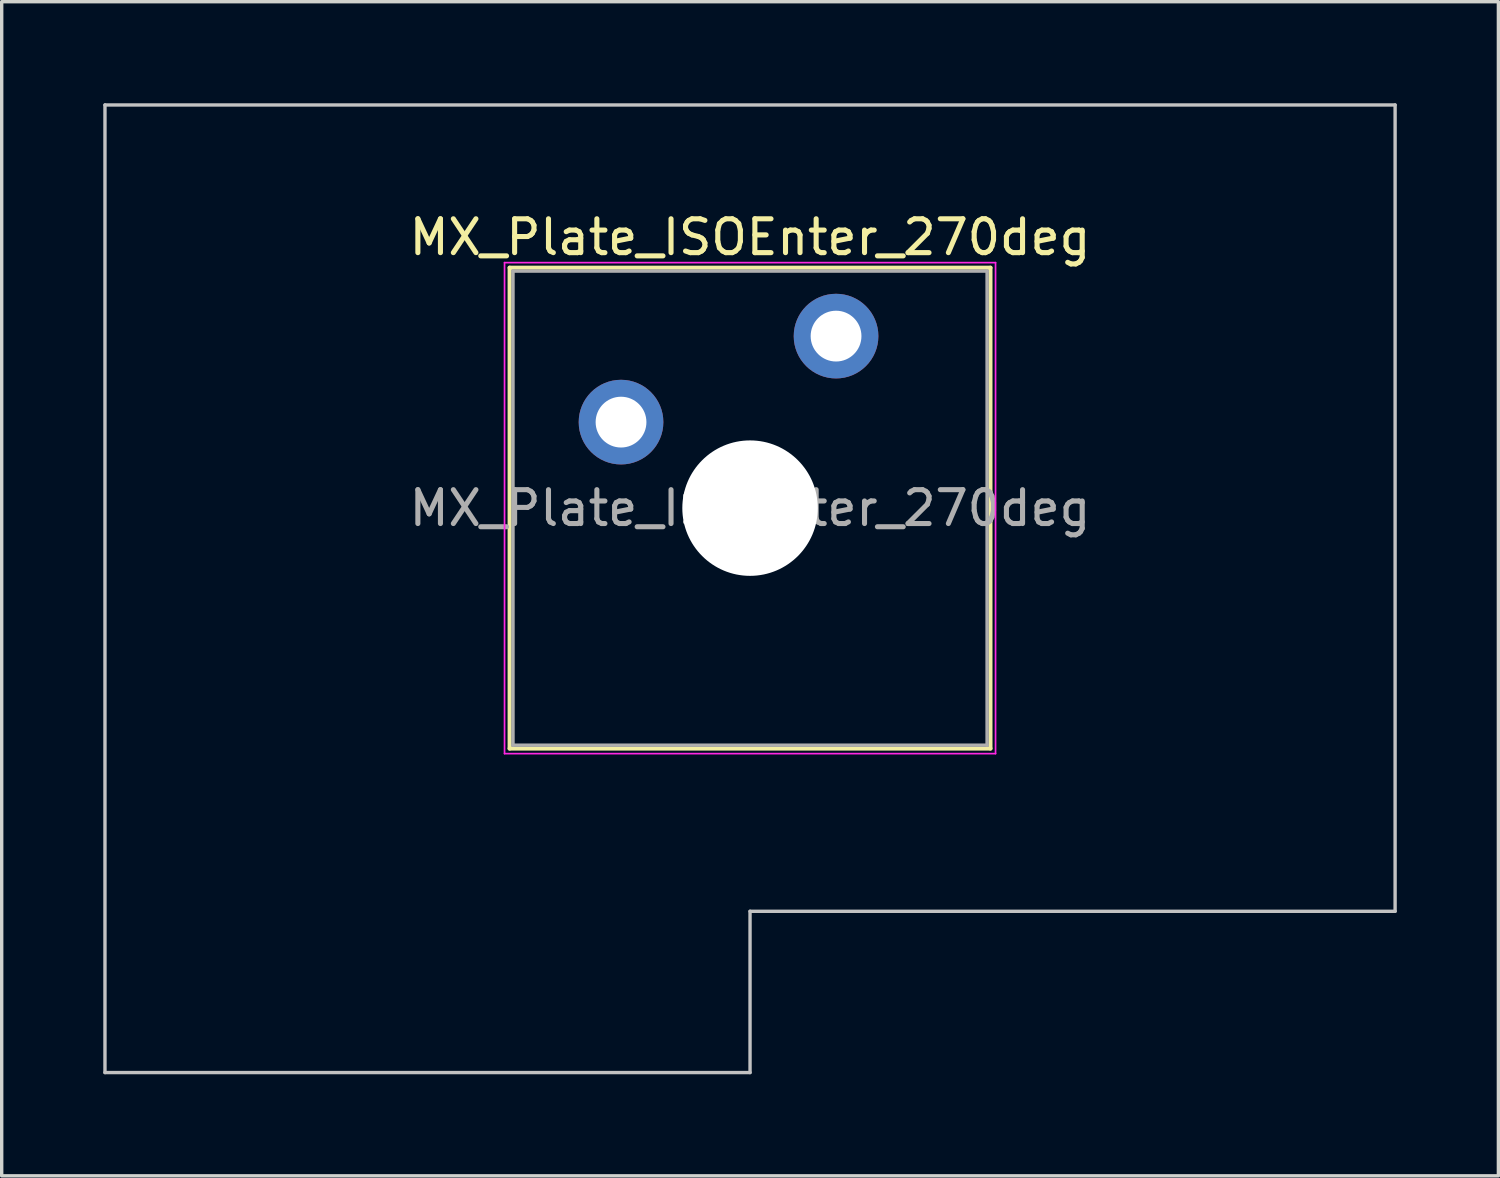
<source format=kicad_pcb>
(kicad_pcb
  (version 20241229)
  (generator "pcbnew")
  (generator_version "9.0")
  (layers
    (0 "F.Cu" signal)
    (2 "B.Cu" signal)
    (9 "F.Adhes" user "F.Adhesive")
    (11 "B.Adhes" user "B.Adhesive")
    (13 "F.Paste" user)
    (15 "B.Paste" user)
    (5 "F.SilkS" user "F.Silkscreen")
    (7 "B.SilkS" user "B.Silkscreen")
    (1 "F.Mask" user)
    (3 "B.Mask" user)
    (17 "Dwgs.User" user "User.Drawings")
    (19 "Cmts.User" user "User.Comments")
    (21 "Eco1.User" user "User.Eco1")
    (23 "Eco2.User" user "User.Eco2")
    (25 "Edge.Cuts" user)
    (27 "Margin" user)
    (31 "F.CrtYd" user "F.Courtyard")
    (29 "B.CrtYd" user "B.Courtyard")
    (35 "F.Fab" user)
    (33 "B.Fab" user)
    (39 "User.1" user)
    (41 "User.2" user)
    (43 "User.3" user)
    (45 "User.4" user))
  (footprint "MX_Plate_ISOEnter_270deg"
    (layer "F.Cu")
    (at 19.1 11.956)
    (property "Reference" "MX_Plate_ISOEnter_270deg" (at 0 -8 0) (layer "F.SilkS") (effects (font (size 1 1) (thickness 0.15))))
    (attr through_hole)
    (fp_line (start -7.1 -7.1) (end -7.1 7.1) (stroke (width 0.12) (type solid)) (layer "F.SilkS"))
    (fp_line (start -7.1 7.1) (end 7.1 7.1) (stroke (width 0.12) (type solid)) (layer "F.SilkS"))
    (fp_line (start 7.1 -7.1) (end -7.1 -7.1) (stroke (width 0.12) (type solid)) (layer "F.SilkS"))
    (fp_line (start 7.1 7.1) (end 7.1 -7.1) (stroke (width 0.12) (type solid)) (layer "F.SilkS"))
    (fp_line (start -19.05 -11.906) (end -19.05 16.669) (stroke (width 0.1) (type solid)) (layer "Dwgs.User"))
    (fp_line (start -19.05 16.669) (end 0 16.669) (stroke (width 0.1) (type solid)) (layer "Dwgs.User"))
    (fp_line (start 0 11.906) (end 19.05 11.906) (stroke (width 0.1) (type solid)) (layer "Dwgs.User"))
    (fp_line (start 0 16.669) (end 0 11.906) (stroke (width 0.1) (type solid)) (layer "Dwgs.User"))
    (fp_line (start 19.05 -11.906) (end -19.05 -11.906) (stroke (width 0.1) (type solid)) (layer "Dwgs.User"))
    (fp_line (start 19.05 11.906) (end 19.05 -11.906) (stroke (width 0.1) (type solid)) (layer "Dwgs.User"))
    (fp_line (start -7 -7) (end -7 7) (stroke (width 0.1) (type solid)) (layer "Eco1.User"))
    (fp_line (start -7 7) (end 7 7) (stroke (width 0.1) (type solid)) (layer "Eco1.User"))
    (fp_line (start 7 -7) (end -7 -7) (stroke (width 0.1) (type solid)) (layer "Eco1.User"))
    (fp_line (start 7 7) (end 7 -7) (stroke (width 0.1) (type solid)) (layer "Eco1.User"))
    (fp_line (start -7.25 -7.25) (end -7.25 7.25) (stroke (width 0.05) (type solid)) (layer "F.CrtYd"))
    (fp_line (start -7.25 7.25) (end 7.25 7.25) (stroke (width 0.05) (type solid)) (layer "F.CrtYd"))
    (fp_line (start 7.25 -7.25) (end -7.25 -7.25) (stroke (width 0.05) (type solid)) (layer "F.CrtYd"))
    (fp_line (start 7.25 7.25) (end 7.25 -7.25) (stroke (width 0.05) (type solid)) (layer "F.CrtYd"))
    (fp_line (start -7 -7) (end -7 7) (stroke (width 0.1) (type solid)) (layer "F.Fab"))
    (fp_line (start -7 7) (end 7 7) (stroke (width 0.1) (type solid)) (layer "F.Fab"))
    (fp_line (start 7 -7) (end -7 -7) (stroke (width 0.1) (type solid)) (layer "F.Fab"))
    (fp_line (start 7 7) (end 7 -7) (stroke (width 0.1) (type solid)) (layer "F.Fab"))
    (fp_text user "${REFERENCE}" (at 0 0 0) (layer "F.Fab") (effects (font (size 1 1) (thickness 0.15))))
    (pad "" np_thru_hole circle (at 0 0) (size 4 4) (drill 4) (layers "*.Cu" "*.Mask"))
    (pad "1" thru_hole circle (at -3.81 -2.54) (size 2.5 2.5) (drill 1.5) (layers "*.Cu" "*.Mask"))
    (pad "2" thru_hole circle (at 2.54 -5.08) (size 2.5 2.5) (drill 1.5) (layers "*.Cu" "*.Mask")))
  (gr_rect
    (start -3 -3)
    (end 41.2 31.675)
    (stroke (width 0.1) (type default))
    (fill no)
    (layer "Edge.Cuts")))
</source>
